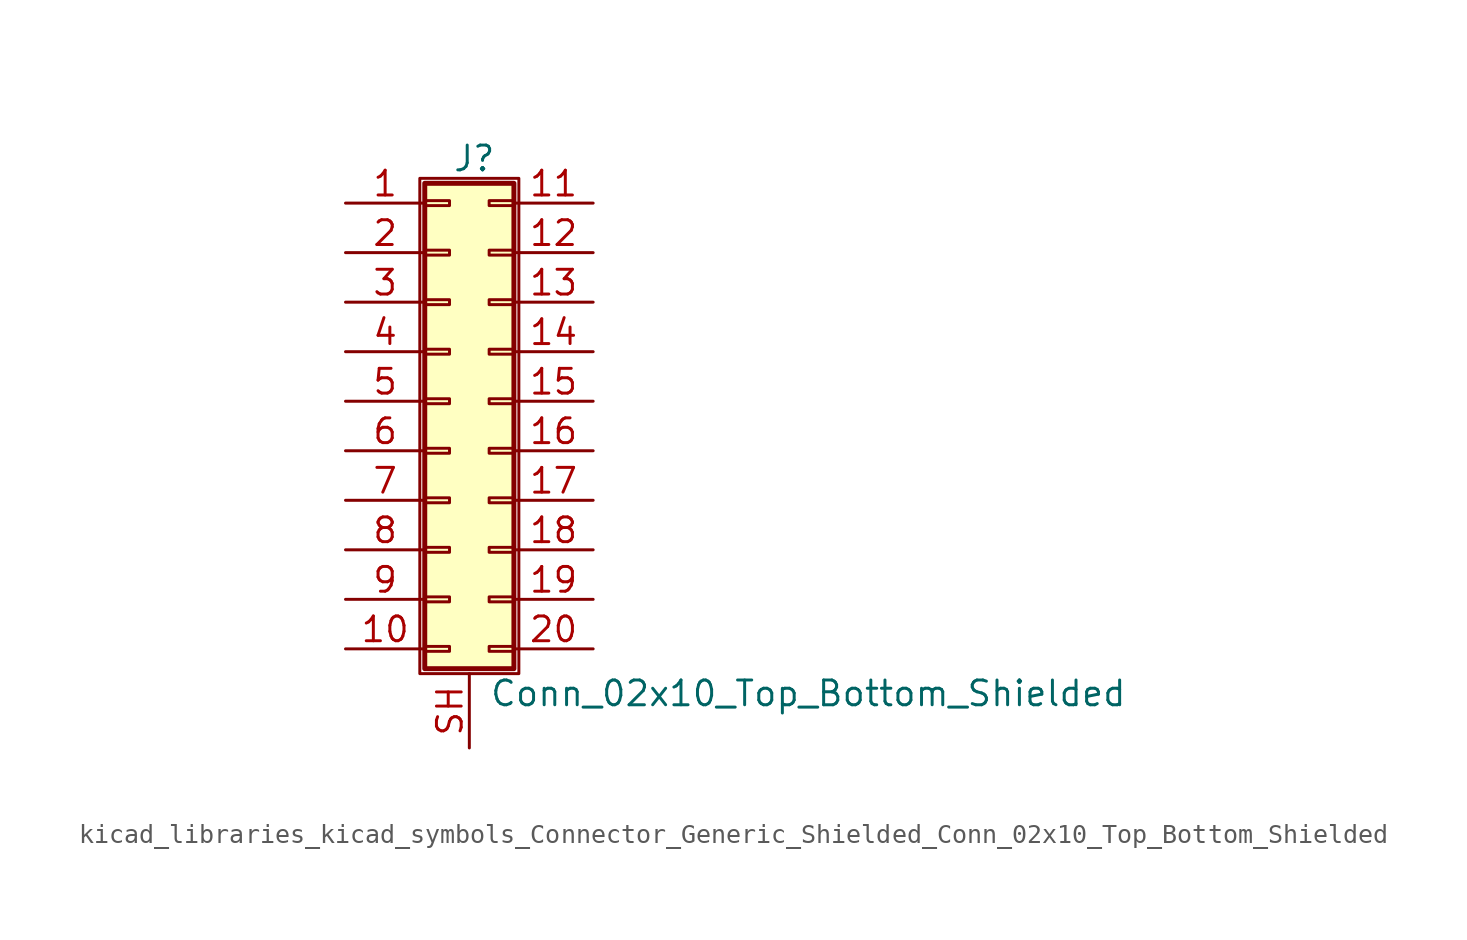
<source format=kicad_sym>
(kicad_symbol_lib
  (version 20220914)
  (generator kicad_symbol_editor)
  (symbol "kicad_libraries_kicad_symbols_Connector_Generic_Shielded_Conn_02x10_Top_Bottom_Shielded"
    (pin_names
      (offset 1.016) hide)
    (property "Reference" "J"
      (at 1.524 12.446 0)
      (effects (font (size 1.27 1.27))))
    (property "Value" "Conn_02x10_Top_Bottom_Shielded"
      (at 2.286 -14.986 0)
      (effects (font (size 1.27 1.27)) (justify left)))
    (symbol "kicad_libraries_kicad_symbols_Connector_Generic_Shielded_Conn_02x10_Top_Bottom_Shielded_1_1"
      (rectangle (start -1.27 11.43) (end 3.81 -13.97) (stroke (width 0.152) (type default)) (fill (type none)))
      (rectangle (start -1.016 -12.573) (end 0.254 -12.827) (stroke (width 0.152) (type default)) (fill (type none)))
      (rectangle (start -1.016 -10.033) (end 0.254 -10.287) (stroke (width 0.152) (type default)) (fill (type none)))
      (rectangle (start -1.016 -7.493) (end 0.254 -7.747) (stroke (width 0.152) (type default)) (fill (type none)))
      (rectangle (start -1.016 -4.953) (end 0.254 -5.207) (stroke (width 0.152) (type default)) (fill (type none)))
      (rectangle (start -1.016 -2.413) (end 0.254 -2.667) (stroke (width 0.152) (type default)) (fill (type none)))
      (rectangle (start -1.016 0.127) (end 0.254 -0.127) (stroke (width 0.152) (type default)) (fill (type none)))
      (rectangle (start -1.016 2.667) (end 0.254 2.413) (stroke (width 0.152) (type default)) (fill (type none)))
      (rectangle (start -1.016 5.207) (end 0.254 4.953) (stroke (width 0.152) (type default)) (fill (type none)))
      (rectangle (start -1.016 7.747) (end 0.254 7.493) (stroke (width 0.152) (type default)) (fill (type none)))
      (rectangle (start -1.016 10.287) (end 0.254 10.033) (stroke (width 0.152) (type default)) (fill (type none)))
      (rectangle (start -1.016 11.176) (end 3.556 -13.716) (stroke (width 0.254) (type default)) (fill (type background)))
      (rectangle (start 3.556 -12.573) (end 2.286 -12.827) (stroke (width 0.152) (type default)) (fill (type none)))
      (rectangle (start 3.556 -10.033) (end 2.286 -10.287) (stroke (width 0.152) (type default)) (fill (type none)))
      (rectangle (start 3.556 -7.493) (end 2.286 -7.747) (stroke (width 0.152) (type default)) (fill (type none)))
      (rectangle (start 3.556 -4.953) (end 2.286 -5.207) (stroke (width 0.152) (type default)) (fill (type none)))
      (rectangle (start 3.556 -2.413) (end 2.286 -2.667) (stroke (width 0.152) (type default)) (fill (type none)))
      (rectangle (start 3.556 0.127) (end 2.286 -0.127) (stroke (width 0.152) (type default)) (fill (type none)))
      (rectangle (start 3.556 2.667) (end 2.286 2.413) (stroke (width 0.152) (type default)) (fill (type none)))
      (rectangle (start 3.556 5.207) (end 2.286 4.953) (stroke (width 0.152) (type default)) (fill (type none)))
      (rectangle (start 3.556 7.747) (end 2.286 7.493) (stroke (width 0.152) (type default)) (fill (type none)))
      (rectangle (start 3.556 10.287) (end 2.286 10.033) (stroke (width 0.152) (type default)) (fill (type none)))
      (pin passive line (at -5.08 10.16 0) (length 4.064) (name "Pin_1" (effects (font (size 1.27 1.27)))) (number "1" (effects (font (size 1.27 1.27)))))
      (pin passive line (at -5.08 -12.7 0) (length 4.064) (name "Pin_10" (effects (font (size 1.27 1.27)))) (number "10" (effects (font (size 1.27 1.27)))))
      (pin passive line (at 7.62 10.16 180) (length 4.064) (name "Pin_11" (effects (font (size 1.27 1.27)))) (number "11" (effects (font (size 1.27 1.27)))))
      (pin passive line (at 7.62 7.62 180) (length 4.064) (name "Pin_12" (effects (font (size 1.27 1.27)))) (number "12" (effects (font (size 1.27 1.27)))))
      (pin passive line (at 7.62 5.08 180) (length 4.064) (name "Pin_13" (effects (font (size 1.27 1.27)))) (number "13" (effects (font (size 1.27 1.27)))))
      (pin passive line (at 7.62 2.54 180) (length 4.064) (name "Pin_14" (effects (font (size 1.27 1.27)))) (number "14" (effects (font (size 1.27 1.27)))))
      (pin passive line (at 7.62 0 180) (length 4.064) (name "Pin_15" (effects (font (size 1.27 1.27)))) (number "15" (effects (font (size 1.27 1.27)))))
      (pin passive line (at 7.62 -2.54 180) (length 4.064) (name "Pin_16" (effects (font (size 1.27 1.27)))) (number "16" (effects (font (size 1.27 1.27)))))
      (pin passive line (at 7.62 -5.08 180) (length 4.064) (name "Pin_17" (effects (font (size 1.27 1.27)))) (number "17" (effects (font (size 1.27 1.27)))))
      (pin passive line (at 7.62 -7.62 180) (length 4.064) (name "Pin_18" (effects (font (size 1.27 1.27)))) (number "18" (effects (font (size 1.27 1.27)))))
      (pin passive line (at 7.62 -10.16 180) (length 4.064) (name "Pin_19" (effects (font (size 1.27 1.27)))) (number "19" (effects (font (size 1.27 1.27)))))
      (pin passive line (at -5.08 7.62 0) (length 4.064) (name "Pin_2" (effects (font (size 1.27 1.27)))) (number "2" (effects (font (size 1.27 1.27)))))
      (pin passive line (at 7.62 -12.7 180) (length 4.064) (name "Pin_20" (effects (font (size 1.27 1.27)))) (number "20" (effects (font (size 1.27 1.27)))))
      (pin passive line (at -5.08 5.08 0) (length 4.064) (name "Pin_3" (effects (font (size 1.27 1.27)))) (number "3" (effects (font (size 1.27 1.27)))))
      (pin passive line (at -5.08 2.54 0) (length 4.064) (name "Pin_4" (effects (font (size 1.27 1.27)))) (number "4" (effects (font (size 1.27 1.27)))))
      (pin passive line (at -5.08 0 0) (length 4.064) (name "Pin_5" (effects (font (size 1.27 1.27)))) (number "5" (effects (font (size 1.27 1.27)))))
      (pin passive line (at -5.08 -2.54 0) (length 4.064) (name "Pin_6" (effects (font (size 1.27 1.27)))) (number "6" (effects (font (size 1.27 1.27)))))
      (pin passive line (at -5.08 -5.08 0) (length 4.064) (name "Pin_7" (effects (font (size 1.27 1.27)))) (number "7" (effects (font (size 1.27 1.27)))))
      (pin passive line (at -5.08 -7.62 0) (length 4.064) (name "Pin_8" (effects (font (size 1.27 1.27)))) (number "8" (effects (font (size 1.27 1.27)))))
      (pin passive line (at -5.08 -10.16 0) (length 4.064) (name "Pin_9" (effects (font (size 1.27 1.27)))) (number "9" (effects (font (size 1.27 1.27)))))
      (pin passive line (at 1.27 -17.78 90) (length 3.81) (name "Shield" (effects (font (size 1.27 1.27)))) (number "SH" (effects (font (size 1.27 1.27))))))))
</source>
